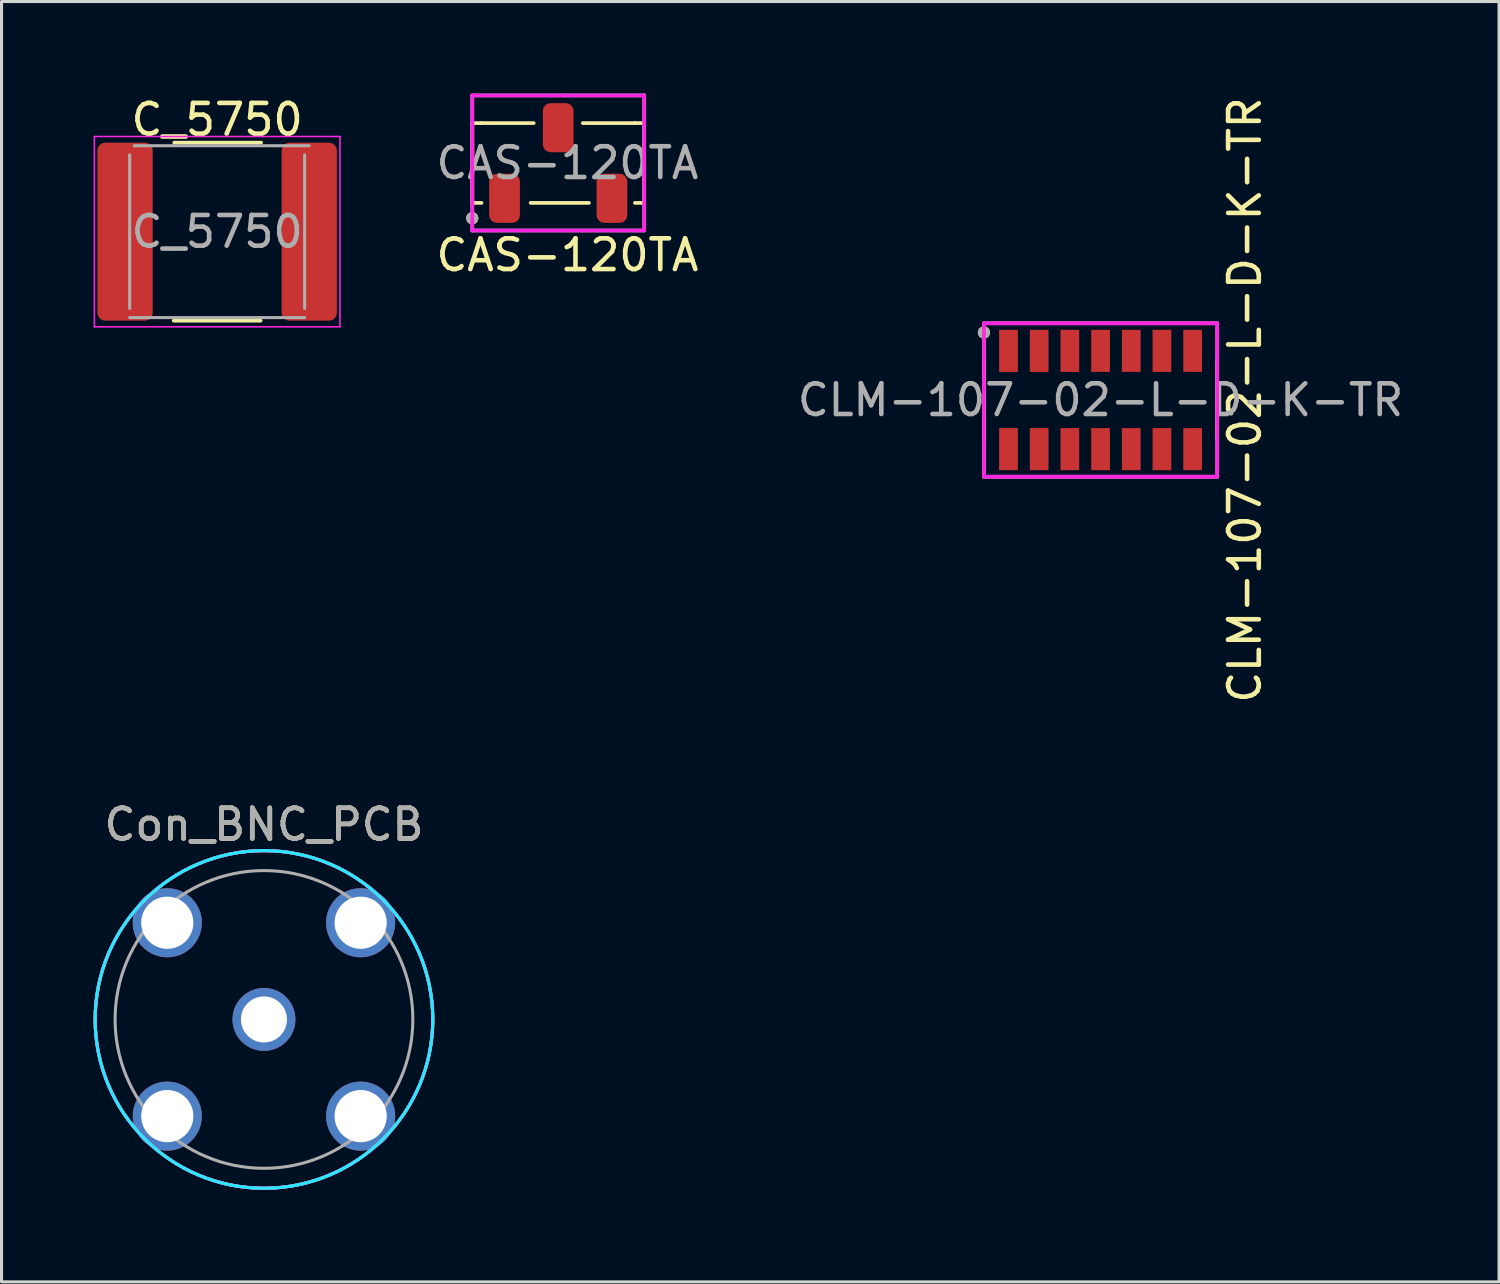
<source format=kicad_pcb>
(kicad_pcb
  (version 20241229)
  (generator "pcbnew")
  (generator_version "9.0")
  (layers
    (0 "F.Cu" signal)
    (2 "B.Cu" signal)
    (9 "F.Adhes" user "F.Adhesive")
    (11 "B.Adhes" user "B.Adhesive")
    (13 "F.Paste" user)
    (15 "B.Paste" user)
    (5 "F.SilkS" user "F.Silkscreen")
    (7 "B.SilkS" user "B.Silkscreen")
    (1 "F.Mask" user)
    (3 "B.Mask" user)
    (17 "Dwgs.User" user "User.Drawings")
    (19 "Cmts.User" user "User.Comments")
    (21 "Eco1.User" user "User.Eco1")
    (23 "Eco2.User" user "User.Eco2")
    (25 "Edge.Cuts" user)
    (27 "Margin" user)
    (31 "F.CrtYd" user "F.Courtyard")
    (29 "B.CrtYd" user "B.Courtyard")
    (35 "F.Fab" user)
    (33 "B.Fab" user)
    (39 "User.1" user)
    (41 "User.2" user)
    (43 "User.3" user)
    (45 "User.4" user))
  (footprint "CLM-107-02-L-D-K-TR"
    (layer "F.Cu")
    (at 32.806 9.982)
    (property "Reference" "CLM-107-02-L-D-K-TR" (at 4.7 0 90) (layer "F.SilkS") (effects (font (size 1 1) (thickness 0.15))))
    (attr through_hole)
    (fp_line (start -3.8 1.3) (end -3.8 -1.3) (stroke (width 0.12) (type solid)) (layer "F.SilkS"))
    (fp_line (start 3.8 -1.3) (end 3.8 1.3) (stroke (width 0.12) (type solid)) (layer "F.SilkS"))
    (fp_circle (center -3.8 -2.2) (end -3.7 -2.2) (stroke (width 0.2) (type solid)) (fill no) (layer "F.SilkS"))
    (fp_line (start -3.8 -2.5) (end 3.8 -2.5) (stroke (width 0.12) (type solid)) (layer "F.CrtYd"))
    (fp_line (start -3.8 2.5) (end -3.8 -2.5) (stroke (width 0.12) (type solid)) (layer "F.CrtYd"))
    (fp_line (start 3.8 -2.5) (end 3.8 2.5) (stroke (width 0.12) (type solid)) (layer "F.CrtYd"))
    (fp_line (start 3.8 2.5) (end -3.8 2.5) (stroke (width 0.12) (type solid)) (layer "F.CrtYd"))
    (fp_line (start -3.8 -2.5) (end -3.8 2.5) (stroke (width 0.12) (type solid)) (layer "F.Fab"))
    (fp_line (start -3.8 -2.5) (end 3.8 -2.5) (stroke (width 0.12) (type solid)) (layer "F.Fab"))
    (fp_line (start -3.8 2.5) (end 3.8 2.5) (stroke (width 0.12) (type solid)) (layer "F.Fab"))
    (fp_line (start 3.8 2.5) (end 3.8 -2.5) (stroke (width 0.12) (type solid)) (layer "F.Fab"))
    (fp_circle (center -3.8 -2.2) (end -3.7 -2.2) (stroke (width 0.2) (type solid)) (fill no) (layer "F.Fab"))
    (fp_text user "${REFERENCE}" (at 0 0 0) (unlocked yes) (layer "F.Fab") (effects (font (size 1 1) (thickness 0.15))))
    (pad "1" smd rect (at -3 -1.601) (size 0.61 1.37) (layers "F.Cu" "F.Mask" "F.Paste"))
    (pad "2" smd rect (at -3 1.601) (size 0.61 1.37) (layers "F.Cu" "F.Mask" "F.Paste"))
    (pad "3" smd rect (at -2 -1.601) (size 0.61 1.37) (layers "F.Cu" "F.Mask" "F.Paste"))
    (pad "4" smd rect (at -2 1.601) (size 0.61 1.37) (layers "F.Cu" "F.Mask" "F.Paste"))
    (pad "5" smd rect (at -1 -1.601) (size 0.61 1.37) (layers "F.Cu" "F.Mask" "F.Paste"))
    (pad "6" smd rect (at -1 1.601) (size 0.61 1.37) (layers "F.Cu" "F.Mask" "F.Paste"))
    (pad "7" smd rect (at 0 -1.601) (size 0.61 1.37) (layers "F.Cu" "F.Mask" "F.Paste"))
    (pad "8" smd rect (at 0 1.601) (size 0.61 1.37) (layers "F.Cu" "F.Mask" "F.Paste"))
    (pad "9" smd rect (at 1 -1.601) (size 0.61 1.37) (layers "F.Cu" "F.Mask" "F.Paste"))
    (pad "10" smd rect (at 1 1.601) (size 0.61 1.37) (layers "F.Cu" "F.Mask" "F.Paste"))
    (pad "11" smd rect (at 2 -1.601) (size 0.61 1.37) (layers "F.Cu" "F.Mask" "F.Paste"))
    (pad "12" smd rect (at 2 1.601) (size 0.61 1.37) (layers "F.Cu" "F.Mask" "F.Paste"))
    (pad "13" smd rect (at 3 -1.601) (size 0.61 1.37) (layers "F.Cu" "F.Mask" "F.Paste"))
    (pad "14" smd rect (at 3 1.601) (size 0.61 1.37) (layers "F.Cu" "F.Mask" "F.Paste")))
  (footprint "CAS-120TA"
    (layer "F.Cu")
    (at 15.137 2.26)
    (property "Reference" "CAS-120TA" (at 0.3 3 0) (unlocked yes) (layer "F.SilkS") (effects (font (size 1 1) (thickness 0.15))))
    (attr smd)
    (fp_line (start -2.8 -1.3) (end -2.5 -1.3) (stroke (width 0.12) (type solid)) (layer "F.SilkS"))
    (fp_line (start -2.8 1.3) (end -2.8 -1.3) (stroke (width 0.12) (type solid)) (layer "F.SilkS"))
    (fp_line (start -2.8 1.3) (end -2.5 1.3) (stroke (width 0.12) (type solid)) (layer "F.SilkS"))
    (fp_line (start -2.5 -1.3) (end -0.8 -1.3) (stroke (width 0.12) (type solid)) (layer "F.SilkS"))
    (fp_line (start -0.9 1.3) (end 1 1.3) (stroke (width 0.12) (type solid)) (layer "F.SilkS"))
    (fp_line (start 2.5 -1.3) (end 0.8 -1.3) (stroke (width 0.12) (type solid)) (layer "F.SilkS"))
    (fp_line (start 2.8 -1.3) (end 2.5 -1.3) (stroke (width 0.12) (type solid)) (layer "F.SilkS"))
    (fp_line (start 2.8 -1.3) (end 2.8 1.3) (stroke (width 0.12) (type solid)) (layer "F.SilkS"))
    (fp_line (start 2.8 1.3) (end 2.5 1.3) (stroke (width 0.12) (type solid)) (layer "F.SilkS"))
    (fp_circle (center -2.8 1.8) (end -2.7 1.8) (stroke (width 0.2) (type solid)) (fill no) (layer "F.SilkS"))
    (fp_line (start -2.8 -2.2) (end -2.8 2.2) (stroke (width 0.12) (type solid)) (layer "F.CrtYd"))
    (fp_line (start -2.8 2.2) (end 2.8 2.2) (stroke (width 0.12) (type solid)) (layer "F.CrtYd"))
    (fp_line (start 2.8 -2.2) (end -2.8 -2.2) (stroke (width 0.12) (type solid)) (layer "F.CrtYd"))
    (fp_line (start 2.8 2.2) (end 2.8 -2.2) (stroke (width 0.12) (type solid)) (layer "F.CrtYd"))
    (fp_line (start -2.8 -2.2) (end 0.2 -2.2) (stroke (width 0.12) (type solid)) (layer "F.Fab"))
    (fp_line (start -2.8 2.2) (end -2.8 -2.2) (stroke (width 0.12) (type solid)) (layer "F.Fab"))
    (fp_line (start 0.2 -2.2) (end 2.8 -2.2) (stroke (width 0.12) (type solid)) (layer "F.Fab"))
    (fp_line (start 2.8 -2.2) (end 2.8 -2.2) (stroke (width 0.12) (type solid)) (layer "F.Fab"))
    (fp_line (start 2.8 -2.2) (end 2.8 2.2) (stroke (width 0.12) (type solid)) (layer "F.Fab"))
    (fp_line (start 2.8 2.2) (end -2.8 2.2) (stroke (width 0.12) (type solid)) (layer "F.Fab"))
    (fp_circle (center -2.8 1.8) (end -2.7 1.8) (stroke (width 0.2) (type solid)) (fill no) (layer "F.Fab"))
    (fp_text user "${REFERENCE}" (at 0.3 0 0) (unlocked yes) (layer "F.Fab") (effects (font (size 1 1) (thickness 0.15))))
    (pad "1" smd roundrect (at -1.75 1.15) (size 1 1.6) (layers "F.Cu" "F.Mask" "F.Paste") (roundrect_rratio 0.25))
    (pad "2" smd roundrect (at 0 -1.15) (size 1 1.6) (layers "F.Cu" "F.Mask" "F.Paste") (roundrect_rratio 0.25))
    (pad "3" smd roundrect (at 1.75 1.15) (size 1 1.6) (layers "F.Cu" "F.Mask" "F.Paste") (roundrect_rratio 0.25)))
  (footprint "C_5750"
    (layer "F.Cu")
    (at 4.025 4.498)
    (property "Reference" "C_5750" (at 0 -3.65 0) (layer "F.SilkS") (effects (font (size 1 1) (thickness 0.15))))
    (attr smd)
    (fp_line (start -1.416 2.9) (end 1.416 2.9) (stroke (width 0.12) (type solid)) (layer "F.SilkS"))
    (fp_line (start -1.4 -2.9) (end 1.431 -2.9) (stroke (width 0.12) (type solid)) (layer "F.SilkS"))
    (fp_line (start -4 -3.1) (end 4 -3.1) (stroke (width 0.05) (type solid)) (layer "F.CrtYd"))
    (fp_line (start -4 3.1) (end -4 -3.1) (stroke (width 0.05) (type solid)) (layer "F.CrtYd"))
    (fp_line (start 4 -3.1) (end 4 3.1) (stroke (width 0.05) (type solid)) (layer "F.CrtYd"))
    (fp_line (start 4 3.1) (end -4 3.1) (stroke (width 0.05) (type solid)) (layer "F.CrtYd"))
    (fp_line (start -2.85 2.5) (end -2.85 -2.5) (stroke (width 0.1) (type solid)) (layer "F.Fab"))
    (fp_line (start -2.7 -2.8) (end 3 -2.8) (stroke (width 0.1) (type solid)) (layer "F.Fab"))
    (fp_line (start 2.85 -2.5) (end 2.85 2.5) (stroke (width 0.1) (type solid)) (layer "F.Fab"))
    (fp_line (start 2.85 2.8) (end -2.85 2.8) (stroke (width 0.1) (type solid)) (layer "F.Fab"))
    (fp_text user "${REFERENCE}" (at 0 0 0) (layer "F.Fab") (effects (font (size 1 1) (thickness 0.15))))
    (pad "1" smd roundrect (at -3 0) (size 1.8 5.8) (layers "F.Cu" "F.Mask" "F.Paste") (roundrect_rratio 0.139))
    (pad "2" smd roundrect (at 3 0) (size 1.8 5.8) (layers "F.Cu" "F.Mask" "F.Paste") (roundrect_rratio 0.139)))
  (footprint "Con_BNC_PCB"
    (layer "F.Cu")
    (at 5.55 30.163)
    (property "Reference" "Con_BNC_PCB" (at 0 -6.35 0) (layer "F.SilkS") (effects (font (size 1 1) (thickness 0.15))))
    (attr through_hole)
    (fp_circle (center 0 0) (end 5.5 0) (stroke (width 0.1) (type solid)) (fill no) (layer "F.SilkS"))
    (fp_circle (center 0 0) (end 5.5 0) (stroke (width 0.1) (type solid)) (fill no) (layer "B.CrtYd"))
    (fp_circle (center 0 0) (end 5.5 0) (stroke (width 0.1) (type solid)) (fill no) (layer "F.CrtYd"))
    (fp_circle (center 0 0) (end 4.85 0) (stroke (width 0.1) (type solid)) (fill no) (layer "F.Fab"))
    (fp_circle (center 0 0) (end 5.5 0) (stroke (width 0.1) (type solid)) (fill no) (layer "F.Fab"))
    (fp_text user "${REFERENCE}" (at 0 -6.35 0) (layer "F.Fab") (effects (font (size 1 1) (thickness 0.15))))
    (pad "1" thru_hole circle (at 0 0) (size 2.05 2.05) (drill 1.5) (layers "*.Cu" "*.Mask"))
    (pad "2" thru_hole circle (at -3.15 -3.15) (size 2.25 2.25) (drill 1.7) (layers "*.Cu" "*.Mask"))
    (pad "2" thru_hole circle (at -3.15 3.15) (size 2.25 2.25) (drill 1.7) (layers "*.Cu" "*.Mask"))
    (pad "2" thru_hole circle (at 3.15 -3.15) (size 2.25 2.25) (drill 1.7) (layers "*.Cu" "*.Mask"))
    (pad "2" thru_hole circle (at 3.15 3.15) (size 2.25 2.25) (drill 1.7) (layers "*.Cu" "*.Mask")))
  (gr_rect
    (start -3 -3)
    (end 45.788 38.713)
    (stroke (width 0.1) (type default))
    (fill no)
    (layer "Edge.Cuts")))
</source>
